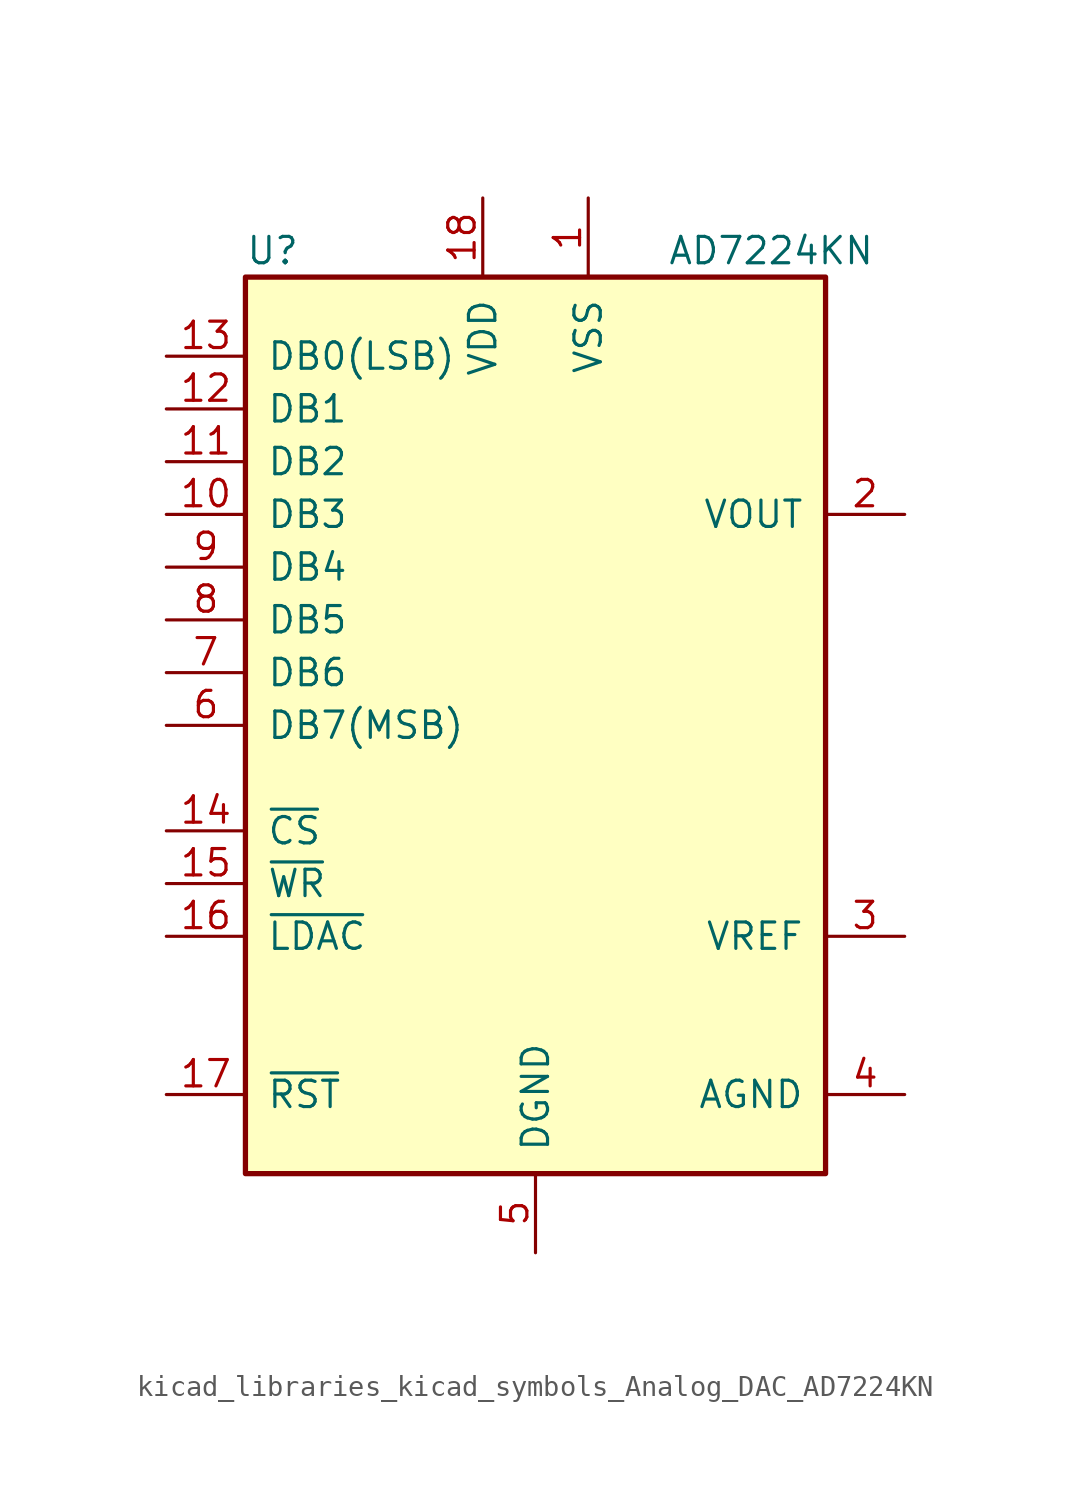
<source format=kicad_sym>
(kicad_symbol_lib
  (version 20220914)
  (generator kicad_symbol_editor)
  (symbol "kicad_libraries_kicad_symbols_Analog_DAC_AD7224KN"
    (pin_names
      (offset 1.016))
    (property "Reference" "U"
      (at -13.97 22.86 0)
      (effects (font (size 1.27 1.27)) (justify left)))
    (property "Value" "AD7224KN"
      (at 6.35 22.86 0)
      (effects (font (size 1.27 1.27)) (justify left)))
    (symbol "kicad_libraries_kicad_symbols_Analog_DAC_AD7224KN_1_1"
      (rectangle (start -13.97 -21.59) (end 13.97 21.59) (stroke (width 0.254) (type default)) (fill (type background)))
      (pin power_in line (at 2.54 25.4 270) (length 3.81) (name "VSS" (effects (font (size 1.27 1.27)))) (number "1" (effects (font (size 1.27 1.27)))))
      (pin input line (at -17.78 10.16 0) (length 3.81) (name "DB3" (effects (font (size 1.27 1.27)))) (number "10" (effects (font (size 1.27 1.27)))))
      (pin input line (at -17.78 12.7 0) (length 3.81) (name "DB2" (effects (font (size 1.27 1.27)))) (number "11" (effects (font (size 1.27 1.27)))))
      (pin input line (at -17.78 15.24 0) (length 3.81) (name "DB1" (effects (font (size 1.27 1.27)))) (number "12" (effects (font (size 1.27 1.27)))))
      (pin input line (at -17.78 17.78 0) (length 3.81) (name "DB0(LSB)" (effects (font (size 1.27 1.27)))) (number "13" (effects (font (size 1.27 1.27)))))
      (pin input line (at -17.78 -5.08 0) (length 3.81) (name "~{CS}" (effects (font (size 1.27 1.27)))) (number "14" (effects (font (size 1.27 1.27)))))
      (pin input line (at -17.78 -7.62 0) (length 3.81) (name "~{WR}" (effects (font (size 1.27 1.27)))) (number "15" (effects (font (size 1.27 1.27)))))
      (pin input line (at -17.78 -10.16 0) (length 3.81) (name "~{LDAC}" (effects (font (size 1.27 1.27)))) (number "16" (effects (font (size 1.27 1.27)))))
      (pin input line (at -17.78 -17.78 0) (length 3.81) (name "~{RST}" (effects (font (size 1.27 1.27)))) (number "17" (effects (font (size 1.27 1.27)))))
      (pin power_in line (at -2.54 25.4 270) (length 3.81) (name "VDD" (effects (font (size 1.27 1.27)))) (number "18" (effects (font (size 1.27 1.27)))))
      (pin output line (at 17.78 10.16 180) (length 3.81) (name "VOUT" (effects (font (size 1.27 1.27)))) (number "2" (effects (font (size 1.27 1.27)))))
      (pin passive line (at 17.78 -10.16 180) (length 3.81) (name "VREF" (effects (font (size 1.27 1.27)))) (number "3" (effects (font (size 1.27 1.27)))))
      (pin passive line (at 17.78 -17.78 180) (length 3.81) (name "AGND" (effects (font (size 1.27 1.27)))) (number "4" (effects (font (size 1.27 1.27)))))
      (pin power_in line (at 0 -25.4 90) (length 3.81) (name "DGND" (effects (font (size 1.27 1.27)))) (number "5" (effects (font (size 1.27 1.27)))))
      (pin input line (at -17.78 0 0) (length 3.81) (name "DB7(MSB)" (effects (font (size 1.27 1.27)))) (number "6" (effects (font (size 1.27 1.27)))))
      (pin input line (at -17.78 2.54 0) (length 3.81) (name "DB6" (effects (font (size 1.27 1.27)))) (number "7" (effects (font (size 1.27 1.27)))))
      (pin input line (at -17.78 5.08 0) (length 3.81) (name "DB5" (effects (font (size 1.27 1.27)))) (number "8" (effects (font (size 1.27 1.27)))))
      (pin input line (at -17.78 7.62 0) (length 3.81) (name "DB4" (effects (font (size 1.27 1.27)))) (number "9" (effects (font (size 1.27 1.27))))))))
</source>
